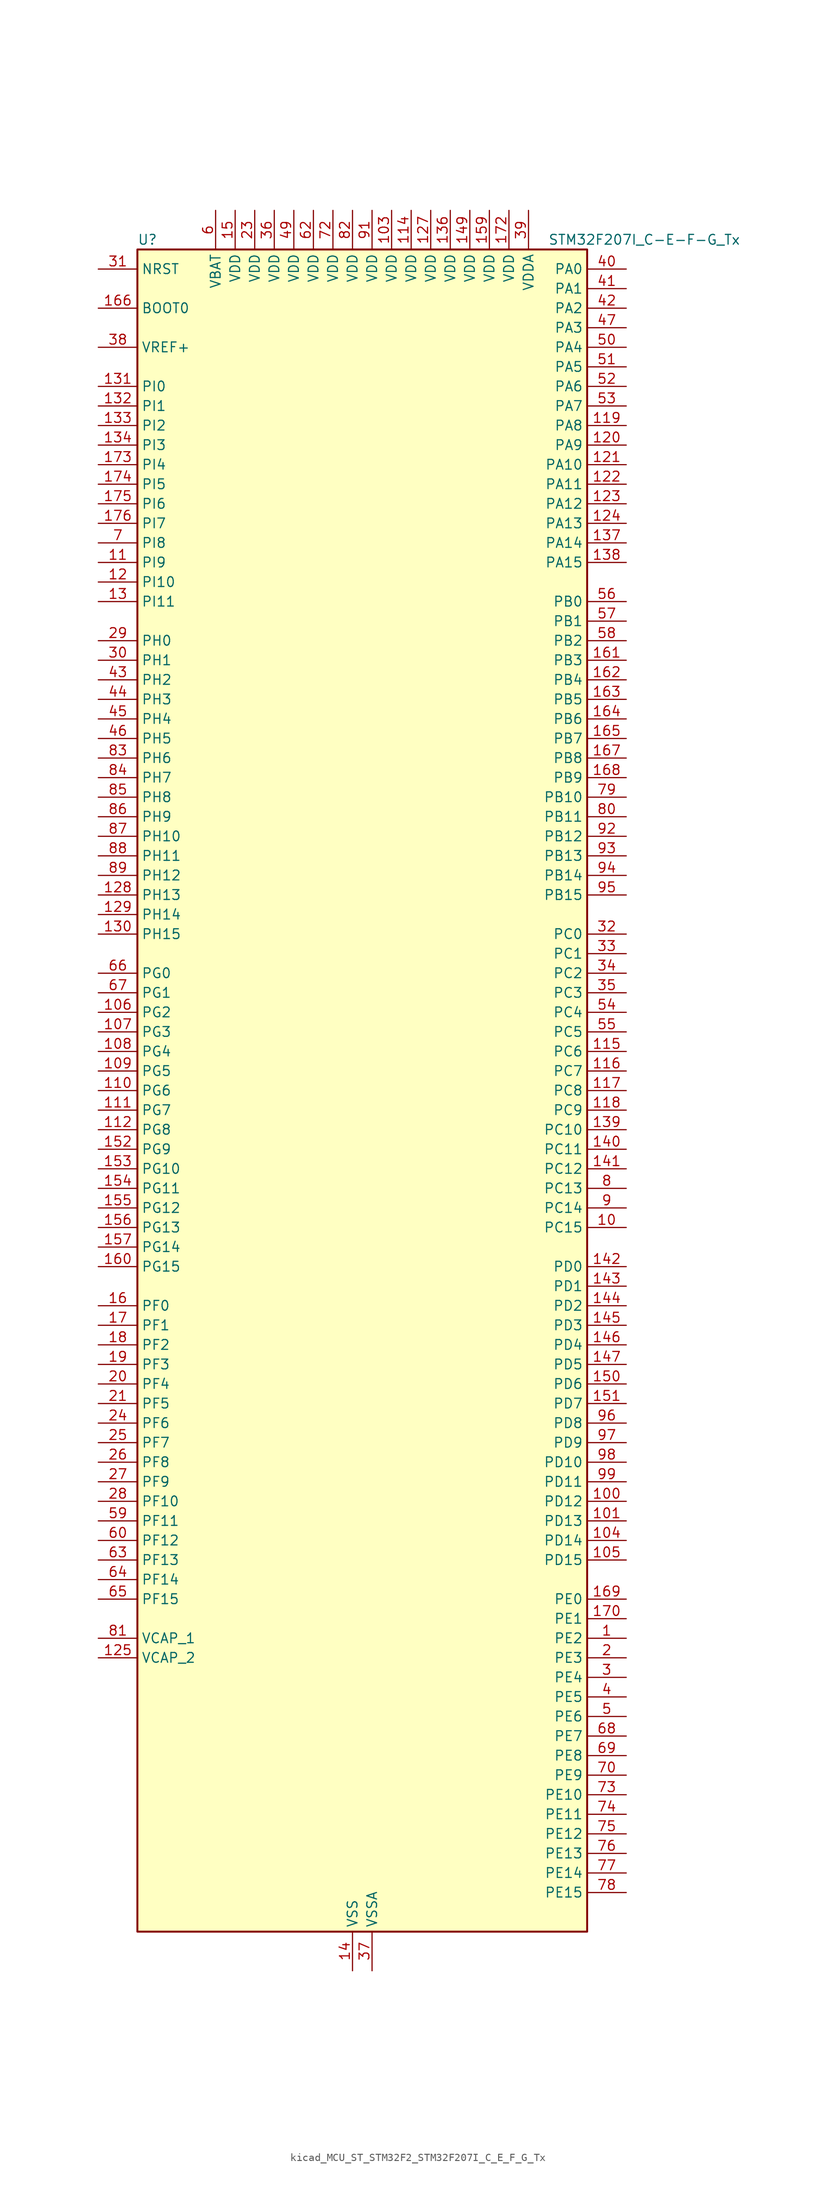
<source format=kicad_sym>
(kicad_symbol_lib
  (version 20220914)
  (generator kicad_symbol_editor)
  (symbol "kicad_MCU_ST_STM32F2_STM32F207I_C_E_F_G_Tx"
    (property "Reference" "U"
      (at -27.94 110.49 0)
      (effects (font (size 1.27 1.27)) (justify left)))
    (property "Value" "STM32F207I_C-E-F-G_Tx"
      (at 25.4 110.49 0)
      (effects (font (size 1.27 1.27)) (justify left)))
    (property "ki_locked" ""
      (at 0 0 0)
      (effects (font (size 1.27 1.27))))
    (symbol "kicad_MCU_ST_STM32F2_STM32F207I_C_E_F_G_Tx_0_1"
      (rectangle (start -27.94 -109.22) (end 30.48 109.22) (stroke (width 0.254) (type default)) (fill (type background))))
    (symbol "kicad_MCU_ST_STM32F2_STM32F207I_C_E_F_G_Tx_1_1"
      (pin bidirectional line (at 35.56 -71.12 180) (length 5.08) (name "PE2" (effects (font (size 1.27 1.27)))) (number "1" (effects (font (size 1.27 1.27)))) (alternate "ETH_TXD3" bidirectional line) (alternate "FSMC_A23" bidirectional line) (alternate "SYS_TRACECLK" bidirectional line))
      (pin bidirectional line (at 35.56 -17.78 180) (length 5.08) (name "PC15" (effects (font (size 1.27 1.27)))) (number "10" (effects (font (size 1.27 1.27)))) (alternate "ADC1_EXTI15" bidirectional line) (alternate "ADC2_EXTI15" bidirectional line) (alternate "ADC3_EXTI15" bidirectional line) (alternate "RCC_OSC32_OUT" bidirectional line))
      (pin bidirectional line (at 35.56 -53.34 180) (length 5.08) (name "PD12" (effects (font (size 1.27 1.27)))) (number "100" (effects (font (size 1.27 1.27)))) (alternate "FSMC_A17" bidirectional line) (alternate "FSMC_ALE" bidirectional line) (alternate "TIM4_CH1" bidirectional line) (alternate "USART3_RTS" bidirectional line))
      (pin bidirectional line (at 35.56 -55.88 180) (length 5.08) (name "PD13" (effects (font (size 1.27 1.27)))) (number "101" (effects (font (size 1.27 1.27)))) (alternate "FSMC_A18" bidirectional line) (alternate "TIM4_CH2" bidirectional line))
      (pin passive line (at 0 -114.3 90) (length 5.08) hide (name "VSS" (effects (font (size 1.27 1.27)))) (number "102" (effects (font (size 1.27 1.27)))))
      (pin power_in line (at 5.08 114.3 270) (length 5.08) (name "VDD" (effects (font (size 1.27 1.27)))) (number "103" (effects (font (size 1.27 1.27)))))
      (pin bidirectional line (at 35.56 -58.42 180) (length 5.08) (name "PD14" (effects (font (size 1.27 1.27)))) (number "104" (effects (font (size 1.27 1.27)))) (alternate "FSMC_D0" bidirectional line) (alternate "FSMC_DA0" bidirectional line) (alternate "TIM4_CH3" bidirectional line))
      (pin bidirectional line (at 35.56 -60.96 180) (length 5.08) (name "PD15" (effects (font (size 1.27 1.27)))) (number "105" (effects (font (size 1.27 1.27)))) (alternate "ADC1_EXTI15" bidirectional line) (alternate "ADC2_EXTI15" bidirectional line) (alternate "ADC3_EXTI15" bidirectional line) (alternate "FSMC_D1" bidirectional line) (alternate "FSMC_DA1" bidirectional line) (alternate "TIM4_CH4" bidirectional line))
      (pin bidirectional line (at -33.02 10.16 0) (length 5.08) (name "PG2" (effects (font (size 1.27 1.27)))) (number "106" (effects (font (size 1.27 1.27)))) (alternate "FSMC_A12" bidirectional line))
      (pin bidirectional line (at -33.02 7.62 0) (length 5.08) (name "PG3" (effects (font (size 1.27 1.27)))) (number "107" (effects (font (size 1.27 1.27)))) (alternate "FSMC_A13" bidirectional line))
      (pin bidirectional line (at -33.02 5.08 0) (length 5.08) (name "PG4" (effects (font (size 1.27 1.27)))) (number "108" (effects (font (size 1.27 1.27)))) (alternate "FSMC_A14" bidirectional line))
      (pin bidirectional line (at -33.02 2.54 0) (length 5.08) (name "PG5" (effects (font (size 1.27 1.27)))) (number "109" (effects (font (size 1.27 1.27)))) (alternate "FSMC_A15" bidirectional line))
      (pin bidirectional line (at -33.02 68.58 0) (length 5.08) (name "PI9" (effects (font (size 1.27 1.27)))) (number "11" (effects (font (size 1.27 1.27)))) (alternate "CAN1_RX" bidirectional line) (alternate "DAC_EXTI9" bidirectional line))
      (pin bidirectional line (at -33.02 0 0) (length 5.08) (name "PG6" (effects (font (size 1.27 1.27)))) (number "110" (effects (font (size 1.27 1.27)))) (alternate "FSMC_INT2" bidirectional line))
      (pin bidirectional line (at -33.02 -2.54 0) (length 5.08) (name "PG7" (effects (font (size 1.27 1.27)))) (number "111" (effects (font (size 1.27 1.27)))) (alternate "FSMC_INT3" bidirectional line) (alternate "USART6_CK" bidirectional line))
      (pin bidirectional line (at -33.02 -5.08 0) (length 5.08) (name "PG8" (effects (font (size 1.27 1.27)))) (number "112" (effects (font (size 1.27 1.27)))) (alternate "ETH_PPS_OUT" bidirectional line) (alternate "USART6_RTS" bidirectional line))
      (pin passive line (at 0 -114.3 90) (length 5.08) hide (name "VSS" (effects (font (size 1.27 1.27)))) (number "113" (effects (font (size 1.27 1.27)))))
      (pin power_in line (at 7.62 114.3 270) (length 5.08) (name "VDD" (effects (font (size 1.27 1.27)))) (number "114" (effects (font (size 1.27 1.27)))))
      (pin bidirectional line (at 35.56 5.08 180) (length 5.08) (name "PC6" (effects (font (size 1.27 1.27)))) (number "115" (effects (font (size 1.27 1.27)))) (alternate "DCMI_D0" bidirectional line) (alternate "I2S2_MCK" bidirectional line) (alternate "SDIO_D6" bidirectional line) (alternate "TIM3_CH1" bidirectional line) (alternate "TIM8_CH1" bidirectional line) (alternate "USART6_TX" bidirectional line))
      (pin bidirectional line (at 35.56 2.54 180) (length 5.08) (name "PC7" (effects (font (size 1.27 1.27)))) (number "116" (effects (font (size 1.27 1.27)))) (alternate "DCMI_D1" bidirectional line) (alternate "I2S3_MCK" bidirectional line) (alternate "SDIO_D7" bidirectional line) (alternate "TIM3_CH2" bidirectional line) (alternate "TIM8_CH2" bidirectional line) (alternate "USART6_RX" bidirectional line))
      (pin bidirectional line (at 35.56 0 180) (length 5.08) (name "PC8" (effects (font (size 1.27 1.27)))) (number "117" (effects (font (size 1.27 1.27)))) (alternate "DCMI_D2" bidirectional line) (alternate "SDIO_D0" bidirectional line) (alternate "TIM3_CH3" bidirectional line) (alternate "TIM8_CH3" bidirectional line) (alternate "USART6_CK" bidirectional line))
      (pin bidirectional line (at 35.56 -2.54 180) (length 5.08) (name "PC9" (effects (font (size 1.27 1.27)))) (number "118" (effects (font (size 1.27 1.27)))) (alternate "DAC_EXTI9" bidirectional line) (alternate "DCMI_D3" bidirectional line) (alternate "I2C3_SDA" bidirectional line) (alternate "I2S_CKIN" bidirectional line) (alternate "RCC_MCO_2" bidirectional line) (alternate "SDIO_D1" bidirectional line) (alternate "TIM3_CH4" bidirectional line) (alternate "TIM8_CH4" bidirectional line))
      (pin bidirectional line (at 35.56 86.36 180) (length 5.08) (name "PA8" (effects (font (size 1.27 1.27)))) (number "119" (effects (font (size 1.27 1.27)))) (alternate "I2C3_SCL" bidirectional line) (alternate "RCC_MCO_1" bidirectional line) (alternate "TIM1_CH1" bidirectional line) (alternate "USART1_CK" bidirectional line) (alternate "USB_OTG_FS_SOF" bidirectional line))
      (pin bidirectional line (at -33.02 66.04 0) (length 5.08) (name "PI10" (effects (font (size 1.27 1.27)))) (number "12" (effects (font (size 1.27 1.27)))) (alternate "ETH_RX_ER" bidirectional line))
      (pin bidirectional line (at 35.56 83.82 180) (length 5.08) (name "PA9" (effects (font (size 1.27 1.27)))) (number "120" (effects (font (size 1.27 1.27)))) (alternate "DAC_EXTI9" bidirectional line) (alternate "DCMI_D0" bidirectional line) (alternate "I2C3_SMBA" bidirectional line) (alternate "TIM1_CH2" bidirectional line) (alternate "USART1_TX" bidirectional line) (alternate "USB_OTG_FS_VBUS" bidirectional line))
      (pin bidirectional line (at 35.56 81.28 180) (length 5.08) (name "PA10" (effects (font (size 1.27 1.27)))) (number "121" (effects (font (size 1.27 1.27)))) (alternate "DCMI_D1" bidirectional line) (alternate "TIM1_CH3" bidirectional line) (alternate "USART1_RX" bidirectional line) (alternate "USB_OTG_FS_ID" bidirectional line))
      (pin bidirectional line (at 35.56 78.74 180) (length 5.08) (name "PA11" (effects (font (size 1.27 1.27)))) (number "122" (effects (font (size 1.27 1.27)))) (alternate "ADC1_EXTI11" bidirectional line) (alternate "ADC2_EXTI11" bidirectional line) (alternate "ADC3_EXTI11" bidirectional line) (alternate "CAN1_RX" bidirectional line) (alternate "TIM1_CH4" bidirectional line) (alternate "USART1_CTS" bidirectional line) (alternate "USB_OTG_FS_DM" bidirectional line))
      (pin bidirectional line (at 35.56 76.2 180) (length 5.08) (name "PA12" (effects (font (size 1.27 1.27)))) (number "123" (effects (font (size 1.27 1.27)))) (alternate "CAN1_TX" bidirectional line) (alternate "TIM1_ETR" bidirectional line) (alternate "USART1_RTS" bidirectional line) (alternate "USB_OTG_FS_DP" bidirectional line))
      (pin bidirectional line (at 35.56 73.66 180) (length 5.08) (name "PA13" (effects (font (size 1.27 1.27)))) (number "124" (effects (font (size 1.27 1.27)))) (alternate "SYS_JTMS-SWDIO" bidirectional line))
      (pin power_out line (at -33.02 -73.66 0) (length 5.08) (name "VCAP_2" (effects (font (size 1.27 1.27)))) (number "125" (effects (font (size 1.27 1.27)))))
      (pin passive line (at 0 -114.3 90) (length 5.08) hide (name "VSS" (effects (font (size 1.27 1.27)))) (number "126" (effects (font (size 1.27 1.27)))))
      (pin power_in line (at 10.16 114.3 270) (length 5.08) (name "VDD" (effects (font (size 1.27 1.27)))) (number "127" (effects (font (size 1.27 1.27)))))
      (pin bidirectional line (at -33.02 25.4 0) (length 5.08) (name "PH13" (effects (font (size 1.27 1.27)))) (number "128" (effects (font (size 1.27 1.27)))) (alternate "CAN1_TX" bidirectional line) (alternate "TIM8_CH1N" bidirectional line))
      (pin bidirectional line (at -33.02 22.86 0) (length 5.08) (name "PH14" (effects (font (size 1.27 1.27)))) (number "129" (effects (font (size 1.27 1.27)))) (alternate "DCMI_D4" bidirectional line) (alternate "TIM8_CH2N" bidirectional line))
      (pin bidirectional line (at -33.02 63.5 0) (length 5.08) (name "PI11" (effects (font (size 1.27 1.27)))) (number "13" (effects (font (size 1.27 1.27)))) (alternate "ADC1_EXTI11" bidirectional line) (alternate "ADC2_EXTI11" bidirectional line) (alternate "ADC3_EXTI11" bidirectional line) (alternate "USB_OTG_HS_ULPI_DIR" bidirectional line))
      (pin bidirectional line (at -33.02 20.32 0) (length 5.08) (name "PH15" (effects (font (size 1.27 1.27)))) (number "130" (effects (font (size 1.27 1.27)))) (alternate "ADC1_EXTI15" bidirectional line) (alternate "ADC2_EXTI15" bidirectional line) (alternate "ADC3_EXTI15" bidirectional line) (alternate "DCMI_D11" bidirectional line) (alternate "TIM8_CH3N" bidirectional line))
      (pin bidirectional line (at -33.02 91.44 0) (length 5.08) (name "PI0" (effects (font (size 1.27 1.27)))) (number "131" (effects (font (size 1.27 1.27)))) (alternate "DCMI_D13" bidirectional line) (alternate "I2S2_WS" bidirectional line) (alternate "SPI2_NSS" bidirectional line) (alternate "TIM5_CH4" bidirectional line))
      (pin bidirectional line (at -33.02 88.9 0) (length 5.08) (name "PI1" (effects (font (size 1.27 1.27)))) (number "132" (effects (font (size 1.27 1.27)))) (alternate "DCMI_D8" bidirectional line) (alternate "I2S2_SCK" bidirectional line) (alternate "SPI2_SCK" bidirectional line))
      (pin bidirectional line (at -33.02 86.36 0) (length 5.08) (name "PI2" (effects (font (size 1.27 1.27)))) (number "133" (effects (font (size 1.27 1.27)))) (alternate "DCMI_D9" bidirectional line) (alternate "SPI2_MISO" bidirectional line) (alternate "TIM8_CH4" bidirectional line))
      (pin bidirectional line (at -33.02 83.82 0) (length 5.08) (name "PI3" (effects (font (size 1.27 1.27)))) (number "134" (effects (font (size 1.27 1.27)))) (alternate "DCMI_D10" bidirectional line) (alternate "I2S2_SD" bidirectional line) (alternate "SPI2_MOSI" bidirectional line) (alternate "TIM8_ETR" bidirectional line))
      (pin passive line (at 0 -114.3 90) (length 5.08) hide (name "VSS" (effects (font (size 1.27 1.27)))) (number "135" (effects (font (size 1.27 1.27)))))
      (pin power_in line (at 12.7 114.3 270) (length 5.08) (name "VDD" (effects (font (size 1.27 1.27)))) (number "136" (effects (font (size 1.27 1.27)))))
      (pin bidirectional line (at 35.56 71.12 180) (length 5.08) (name "PA14" (effects (font (size 1.27 1.27)))) (number "137" (effects (font (size 1.27 1.27)))) (alternate "SYS_JTCK-SWCLK" bidirectional line))
      (pin bidirectional line (at 35.56 68.58 180) (length 5.08) (name "PA15" (effects (font (size 1.27 1.27)))) (number "138" (effects (font (size 1.27 1.27)))) (alternate "ADC1_EXTI15" bidirectional line) (alternate "ADC2_EXTI15" bidirectional line) (alternate "ADC3_EXTI15" bidirectional line) (alternate "I2S3_WS" bidirectional line) (alternate "SPI1_NSS" bidirectional line) (alternate "SPI3_NSS" bidirectional line) (alternate "SYS_JTDI" bidirectional line) (alternate "TIM2_CH1" bidirectional line) (alternate "TIM2_ETR" bidirectional line))
      (pin bidirectional line (at 35.56 -5.08 180) (length 5.08) (name "PC10" (effects (font (size 1.27 1.27)))) (number "139" (effects (font (size 1.27 1.27)))) (alternate "DCMI_D8" bidirectional line) (alternate "I2S3_SCK" bidirectional line) (alternate "SDIO_D2" bidirectional line) (alternate "SPI3_SCK" bidirectional line) (alternate "UART4_TX" bidirectional line) (alternate "USART3_TX" bidirectional line))
      (pin power_in line (at 0 -114.3 90) (length 5.08) (name "VSS" (effects (font (size 1.27 1.27)))) (number "14" (effects (font (size 1.27 1.27)))))
      (pin bidirectional line (at 35.56 -7.62 180) (length 5.08) (name "PC11" (effects (font (size 1.27 1.27)))) (number "140" (effects (font (size 1.27 1.27)))) (alternate "ADC1_EXTI11" bidirectional line) (alternate "ADC2_EXTI11" bidirectional line) (alternate "ADC3_EXTI11" bidirectional line) (alternate "DCMI_D4" bidirectional line) (alternate "SDIO_D3" bidirectional line) (alternate "SPI3_MISO" bidirectional line) (alternate "UART4_RX" bidirectional line) (alternate "USART3_RX" bidirectional line))
      (pin bidirectional line (at 35.56 -10.16 180) (length 5.08) (name "PC12" (effects (font (size 1.27 1.27)))) (number "141" (effects (font (size 1.27 1.27)))) (alternate "DCMI_D9" bidirectional line) (alternate "I2S3_SD" bidirectional line) (alternate "SDIO_CK" bidirectional line) (alternate "SPI3_MOSI" bidirectional line) (alternate "UART5_TX" bidirectional line) (alternate "USART3_CK" bidirectional line))
      (pin bidirectional line (at 35.56 -22.86 180) (length 5.08) (name "PD0" (effects (font (size 1.27 1.27)))) (number "142" (effects (font (size 1.27 1.27)))) (alternate "CAN1_RX" bidirectional line) (alternate "FSMC_D2" bidirectional line) (alternate "FSMC_DA2" bidirectional line))
      (pin bidirectional line (at 35.56 -25.4 180) (length 5.08) (name "PD1" (effects (font (size 1.27 1.27)))) (number "143" (effects (font (size 1.27 1.27)))) (alternate "CAN1_TX" bidirectional line) (alternate "FSMC_D3" bidirectional line) (alternate "FSMC_DA3" bidirectional line))
      (pin bidirectional line (at 35.56 -27.94 180) (length 5.08) (name "PD2" (effects (font (size 1.27 1.27)))) (number "144" (effects (font (size 1.27 1.27)))) (alternate "DCMI_D11" bidirectional line) (alternate "SDIO_CMD" bidirectional line) (alternate "TIM3_ETR" bidirectional line) (alternate "UART5_RX" bidirectional line))
      (pin bidirectional line (at 35.56 -30.48 180) (length 5.08) (name "PD3" (effects (font (size 1.27 1.27)))) (number "145" (effects (font (size 1.27 1.27)))) (alternate "FSMC_CLK" bidirectional line) (alternate "USART2_CTS" bidirectional line))
      (pin bidirectional line (at 35.56 -33.02 180) (length 5.08) (name "PD4" (effects (font (size 1.27 1.27)))) (number "146" (effects (font (size 1.27 1.27)))) (alternate "FSMC_NOE" bidirectional line) (alternate "USART2_RTS" bidirectional line))
      (pin bidirectional line (at 35.56 -35.56 180) (length 5.08) (name "PD5" (effects (font (size 1.27 1.27)))) (number "147" (effects (font (size 1.27 1.27)))) (alternate "FSMC_NWE" bidirectional line) (alternate "USART2_TX" bidirectional line))
      (pin passive line (at 0 -114.3 90) (length 5.08) hide (name "VSS" (effects (font (size 1.27 1.27)))) (number "148" (effects (font (size 1.27 1.27)))))
      (pin power_in line (at 15.24 114.3 270) (length 5.08) (name "VDD" (effects (font (size 1.27 1.27)))) (number "149" (effects (font (size 1.27 1.27)))))
      (pin power_in line (at -15.24 114.3 270) (length 5.08) (name "VDD" (effects (font (size 1.27 1.27)))) (number "15" (effects (font (size 1.27 1.27)))))
      (pin bidirectional line (at 35.56 -38.1 180) (length 5.08) (name "PD6" (effects (font (size 1.27 1.27)))) (number "150" (effects (font (size 1.27 1.27)))) (alternate "FSMC_NWAIT" bidirectional line) (alternate "USART2_RX" bidirectional line))
      (pin bidirectional line (at 35.56 -40.64 180) (length 5.08) (name "PD7" (effects (font (size 1.27 1.27)))) (number "151" (effects (font (size 1.27 1.27)))) (alternate "FSMC_NCE2" bidirectional line) (alternate "FSMC_NE1" bidirectional line) (alternate "USART2_CK" bidirectional line))
      (pin bidirectional line (at -33.02 -7.62 0) (length 5.08) (name "PG9" (effects (font (size 1.27 1.27)))) (number "152" (effects (font (size 1.27 1.27)))) (alternate "DAC_EXTI9" bidirectional line) (alternate "FSMC_NCE3" bidirectional line) (alternate "FSMC_NE2" bidirectional line) (alternate "USART6_RX" bidirectional line))
      (pin bidirectional line (at -33.02 -10.16 0) (length 5.08) (name "PG10" (effects (font (size 1.27 1.27)))) (number "153" (effects (font (size 1.27 1.27)))) (alternate "FSMC_NCE4_1" bidirectional line) (alternate "FSMC_NE3" bidirectional line))
      (pin bidirectional line (at -33.02 -12.7 0) (length 5.08) (name "PG11" (effects (font (size 1.27 1.27)))) (number "154" (effects (font (size 1.27 1.27)))) (alternate "ADC1_EXTI11" bidirectional line) (alternate "ADC2_EXTI11" bidirectional line) (alternate "ADC3_EXTI11" bidirectional line) (alternate "ETH_TX_EN" bidirectional line) (alternate "FSMC_NCE4_2" bidirectional line))
      (pin bidirectional line (at -33.02 -15.24 0) (length 5.08) (name "PG12" (effects (font (size 1.27 1.27)))) (number "155" (effects (font (size 1.27 1.27)))) (alternate "FSMC_NE4" bidirectional line) (alternate "USART6_RTS" bidirectional line))
      (pin bidirectional line (at -33.02 -17.78 0) (length 5.08) (name "PG13" (effects (font (size 1.27 1.27)))) (number "156" (effects (font (size 1.27 1.27)))) (alternate "ETH_TXD0" bidirectional line) (alternate "FSMC_A24" bidirectional line) (alternate "USART6_CTS" bidirectional line))
      (pin bidirectional line (at -33.02 -20.32 0) (length 5.08) (name "PG14" (effects (font (size 1.27 1.27)))) (number "157" (effects (font (size 1.27 1.27)))) (alternate "ETH_TXD1" bidirectional line) (alternate "FSMC_A25" bidirectional line) (alternate "USART6_TX" bidirectional line))
      (pin passive line (at 0 -114.3 90) (length 5.08) hide (name "VSS" (effects (font (size 1.27 1.27)))) (number "158" (effects (font (size 1.27 1.27)))))
      (pin power_in line (at 17.78 114.3 270) (length 5.08) (name "VDD" (effects (font (size 1.27 1.27)))) (number "159" (effects (font (size 1.27 1.27)))))
      (pin bidirectional line (at -33.02 -27.94 0) (length 5.08) (name "PF0" (effects (font (size 1.27 1.27)))) (number "16" (effects (font (size 1.27 1.27)))) (alternate "FSMC_A0" bidirectional line) (alternate "I2C2_SDA" bidirectional line))
      (pin bidirectional line (at -33.02 -22.86 0) (length 5.08) (name "PG15" (effects (font (size 1.27 1.27)))) (number "160" (effects (font (size 1.27 1.27)))) (alternate "ADC1_EXTI15" bidirectional line) (alternate "ADC2_EXTI15" bidirectional line) (alternate "ADC3_EXTI15" bidirectional line) (alternate "DCMI_D13" bidirectional line) (alternate "USART6_CTS" bidirectional line))
      (pin bidirectional line (at 35.56 55.88 180) (length 5.08) (name "PB3" (effects (font (size 1.27 1.27)))) (number "161" (effects (font (size 1.27 1.27)))) (alternate "I2S3_SCK" bidirectional line) (alternate "SPI1_SCK" bidirectional line) (alternate "SPI3_SCK" bidirectional line) (alternate "SYS_JTDO-SWO" bidirectional line) (alternate "TIM2_CH2" bidirectional line))
      (pin bidirectional line (at 35.56 53.34 180) (length 5.08) (name "PB4" (effects (font (size 1.27 1.27)))) (number "162" (effects (font (size 1.27 1.27)))) (alternate "SPI1_MISO" bidirectional line) (alternate "SPI3_MISO" bidirectional line) (alternate "SYS_JTRST" bidirectional line) (alternate "TIM3_CH1" bidirectional line))
      (pin bidirectional line (at 35.56 50.8 180) (length 5.08) (name "PB5" (effects (font (size 1.27 1.27)))) (number "163" (effects (font (size 1.27 1.27)))) (alternate "CAN2_RX" bidirectional line) (alternate "DCMI_D10" bidirectional line) (alternate "ETH_PPS_OUT" bidirectional line) (alternate "I2C1_SMBA" bidirectional line) (alternate "I2S3_SD" bidirectional line) (alternate "SPI1_MOSI" bidirectional line) (alternate "SPI3_MOSI" bidirectional line) (alternate "TIM3_CH2" bidirectional line) (alternate "USB_OTG_HS_ULPI_D7" bidirectional line))
      (pin bidirectional line (at 35.56 48.26 180) (length 5.08) (name "PB6" (effects (font (size 1.27 1.27)))) (number "164" (effects (font (size 1.27 1.27)))) (alternate "CAN2_TX" bidirectional line) (alternate "DCMI_D5" bidirectional line) (alternate "I2C1_SCL" bidirectional line) (alternate "TIM4_CH1" bidirectional line) (alternate "USART1_TX" bidirectional line))
      (pin bidirectional line (at 35.56 45.72 180) (length 5.08) (name "PB7" (effects (font (size 1.27 1.27)))) (number "165" (effects (font (size 1.27 1.27)))) (alternate "DCMI_VSYNC" bidirectional line) (alternate "FSMC_NL" bidirectional line) (alternate "I2C1_SDA" bidirectional line) (alternate "TIM4_CH2" bidirectional line) (alternate "USART1_RX" bidirectional line))
      (pin input line (at -33.02 101.6 0) (length 5.08) (name "BOOT0" (effects (font (size 1.27 1.27)))) (number "166" (effects (font (size 1.27 1.27)))))
      (pin bidirectional line (at 35.56 43.18 180) (length 5.08) (name "PB8" (effects (font (size 1.27 1.27)))) (number "167" (effects (font (size 1.27 1.27)))) (alternate "CAN1_RX" bidirectional line) (alternate "DCMI_D6" bidirectional line) (alternate "ETH_TXD3" bidirectional line) (alternate "I2C1_SCL" bidirectional line) (alternate "SDIO_D4" bidirectional line) (alternate "TIM10_CH1" bidirectional line) (alternate "TIM4_CH3" bidirectional line))
      (pin bidirectional line (at 35.56 40.64 180) (length 5.08) (name "PB9" (effects (font (size 1.27 1.27)))) (number "168" (effects (font (size 1.27 1.27)))) (alternate "CAN1_TX" bidirectional line) (alternate "DAC_EXTI9" bidirectional line) (alternate "DCMI_D7" bidirectional line) (alternate "I2C1_SDA" bidirectional line) (alternate "I2S2_WS" bidirectional line) (alternate "SDIO_D5" bidirectional line) (alternate "SPI2_NSS" bidirectional line) (alternate "TIM11_CH1" bidirectional line) (alternate "TIM4_CH4" bidirectional line))
      (pin bidirectional line (at 35.56 -66.04 180) (length 5.08) (name "PE0" (effects (font (size 1.27 1.27)))) (number "169" (effects (font (size 1.27 1.27)))) (alternate "DCMI_D2" bidirectional line) (alternate "FSMC_NBL0" bidirectional line) (alternate "TIM4_ETR" bidirectional line))
      (pin bidirectional line (at -33.02 -30.48 0) (length 5.08) (name "PF1" (effects (font (size 1.27 1.27)))) (number "17" (effects (font (size 1.27 1.27)))) (alternate "FSMC_A1" bidirectional line) (alternate "I2C2_SCL" bidirectional line))
      (pin bidirectional line (at 35.56 -68.58 180) (length 5.08) (name "PE1" (effects (font (size 1.27 1.27)))) (number "170" (effects (font (size 1.27 1.27)))) (alternate "DCMI_D3" bidirectional line) (alternate "FSMC_NBL1" bidirectional line))
      (pin no_connect line (at -27.94 -109.22 0) (length 5.08) hide (name "RFU" (effects (font (size 1.27 1.27)))) (number "171" (effects (font (size 1.27 1.27)))))
      (pin power_in line (at 20.32 114.3 270) (length 5.08) (name "VDD" (effects (font (size 1.27 1.27)))) (number "172" (effects (font (size 1.27 1.27)))))
      (pin bidirectional line (at -33.02 81.28 0) (length 5.08) (name "PI4" (effects (font (size 1.27 1.27)))) (number "173" (effects (font (size 1.27 1.27)))) (alternate "DCMI_D5" bidirectional line) (alternate "TIM8_BKIN" bidirectional line))
      (pin bidirectional line (at -33.02 78.74 0) (length 5.08) (name "PI5" (effects (font (size 1.27 1.27)))) (number "174" (effects (font (size 1.27 1.27)))) (alternate "DCMI_VSYNC" bidirectional line) (alternate "TIM8_CH1" bidirectional line))
      (pin bidirectional line (at -33.02 76.2 0) (length 5.08) (name "PI6" (effects (font (size 1.27 1.27)))) (number "175" (effects (font (size 1.27 1.27)))) (alternate "DCMI_D6" bidirectional line) (alternate "TIM8_CH2" bidirectional line))
      (pin bidirectional line (at -33.02 73.66 0) (length 5.08) (name "PI7" (effects (font (size 1.27 1.27)))) (number "176" (effects (font (size 1.27 1.27)))) (alternate "DCMI_D7" bidirectional line) (alternate "TIM8_CH3" bidirectional line))
      (pin bidirectional line (at -33.02 -33.02 0) (length 5.08) (name "PF2" (effects (font (size 1.27 1.27)))) (number "18" (effects (font (size 1.27 1.27)))) (alternate "FSMC_A2" bidirectional line) (alternate "I2C2_SMBA" bidirectional line))
      (pin bidirectional line (at -33.02 -35.56 0) (length 5.08) (name "PF3" (effects (font (size 1.27 1.27)))) (number "19" (effects (font (size 1.27 1.27)))) (alternate "ADC3_IN9" bidirectional line) (alternate "FSMC_A3" bidirectional line))
      (pin bidirectional line (at 35.56 -73.66 180) (length 5.08) (name "PE3" (effects (font (size 1.27 1.27)))) (number "2" (effects (font (size 1.27 1.27)))) (alternate "FSMC_A19" bidirectional line) (alternate "SYS_TRACED0" bidirectional line))
      (pin bidirectional line (at -33.02 -38.1 0) (length 5.08) (name "PF4" (effects (font (size 1.27 1.27)))) (number "20" (effects (font (size 1.27 1.27)))) (alternate "ADC3_IN14" bidirectional line) (alternate "FSMC_A4" bidirectional line))
      (pin bidirectional line (at -33.02 -40.64 0) (length 5.08) (name "PF5" (effects (font (size 1.27 1.27)))) (number "21" (effects (font (size 1.27 1.27)))) (alternate "ADC3_IN15" bidirectional line) (alternate "FSMC_A5" bidirectional line))
      (pin passive line (at 0 -114.3 90) (length 5.08) hide (name "VSS" (effects (font (size 1.27 1.27)))) (number "22" (effects (font (size 1.27 1.27)))))
      (pin power_in line (at -12.7 114.3 270) (length 5.08) (name "VDD" (effects (font (size 1.27 1.27)))) (number "23" (effects (font (size 1.27 1.27)))))
      (pin bidirectional line (at -33.02 -43.18 0) (length 5.08) (name "PF6" (effects (font (size 1.27 1.27)))) (number "24" (effects (font (size 1.27 1.27)))) (alternate "ADC3_IN4" bidirectional line) (alternate "FSMC_NIORD" bidirectional line) (alternate "TIM10_CH1" bidirectional line))
      (pin bidirectional line (at -33.02 -45.72 0) (length 5.08) (name "PF7" (effects (font (size 1.27 1.27)))) (number "25" (effects (font (size 1.27 1.27)))) (alternate "ADC3_IN5" bidirectional line) (alternate "FSMC_NREG" bidirectional line) (alternate "TIM11_CH1" bidirectional line))
      (pin bidirectional line (at -33.02 -48.26 0) (length 5.08) (name "PF8" (effects (font (size 1.27 1.27)))) (number "26" (effects (font (size 1.27 1.27)))) (alternate "ADC3_IN6" bidirectional line) (alternate "FSMC_NIOWR" bidirectional line) (alternate "TIM13_CH1" bidirectional line))
      (pin bidirectional line (at -33.02 -50.8 0) (length 5.08) (name "PF9" (effects (font (size 1.27 1.27)))) (number "27" (effects (font (size 1.27 1.27)))) (alternate "ADC3_IN7" bidirectional line) (alternate "DAC_EXTI9" bidirectional line) (alternate "FSMC_CD" bidirectional line) (alternate "TIM14_CH1" bidirectional line))
      (pin bidirectional line (at -33.02 -53.34 0) (length 5.08) (name "PF10" (effects (font (size 1.27 1.27)))) (number "28" (effects (font (size 1.27 1.27)))) (alternate "ADC3_IN8" bidirectional line) (alternate "FSMC_INTR" bidirectional line))
      (pin bidirectional line (at -33.02 58.42 0) (length 5.08) (name "PH0" (effects (font (size 1.27 1.27)))) (number "29" (effects (font (size 1.27 1.27)))) (alternate "RCC_OSC_IN" bidirectional line))
      (pin bidirectional line (at 35.56 -76.2 180) (length 5.08) (name "PE4" (effects (font (size 1.27 1.27)))) (number "3" (effects (font (size 1.27 1.27)))) (alternate "DCMI_D4" bidirectional line) (alternate "FSMC_A20" bidirectional line) (alternate "SYS_TRACED1" bidirectional line))
      (pin bidirectional line (at -33.02 55.88 0) (length 5.08) (name "PH1" (effects (font (size 1.27 1.27)))) (number "30" (effects (font (size 1.27 1.27)))) (alternate "RCC_OSC_OUT" bidirectional line))
      (pin input line (at -33.02 106.68 0) (length 5.08) (name "NRST" (effects (font (size 1.27 1.27)))) (number "31" (effects (font (size 1.27 1.27)))))
      (pin bidirectional line (at 35.56 20.32 180) (length 5.08) (name "PC0" (effects (font (size 1.27 1.27)))) (number "32" (effects (font (size 1.27 1.27)))) (alternate "ADC1_IN10" bidirectional line) (alternate "ADC2_IN10" bidirectional line) (alternate "ADC3_IN10" bidirectional line) (alternate "USB_OTG_HS_ULPI_STP" bidirectional line))
      (pin bidirectional line (at 35.56 17.78 180) (length 5.08) (name "PC1" (effects (font (size 1.27 1.27)))) (number "33" (effects (font (size 1.27 1.27)))) (alternate "ADC1_IN11" bidirectional line) (alternate "ADC2_IN11" bidirectional line) (alternate "ADC3_IN11" bidirectional line) (alternate "ETH_MDC" bidirectional line))
      (pin bidirectional line (at 35.56 15.24 180) (length 5.08) (name "PC2" (effects (font (size 1.27 1.27)))) (number "34" (effects (font (size 1.27 1.27)))) (alternate "ADC1_IN12" bidirectional line) (alternate "ADC2_IN12" bidirectional line) (alternate "ADC3_IN12" bidirectional line) (alternate "ETH_TXD2" bidirectional line) (alternate "SPI2_MISO" bidirectional line) (alternate "USB_OTG_HS_ULPI_DIR" bidirectional line))
      (pin bidirectional line (at 35.56 12.7 180) (length 5.08) (name "PC3" (effects (font (size 1.27 1.27)))) (number "35" (effects (font (size 1.27 1.27)))) (alternate "ADC1_IN13" bidirectional line) (alternate "ADC2_IN13" bidirectional line) (alternate "ADC3_IN13" bidirectional line) (alternate "ETH_TX_CLK" bidirectional line) (alternate "I2S2_SD" bidirectional line) (alternate "SPI2_MOSI" bidirectional line) (alternate "USB_OTG_HS_ULPI_NXT" bidirectional line))
      (pin power_in line (at -10.16 114.3 270) (length 5.08) (name "VDD" (effects (font (size 1.27 1.27)))) (number "36" (effects (font (size 1.27 1.27)))))
      (pin power_in line (at 2.54 -114.3 90) (length 5.08) (name "VSSA" (effects (font (size 1.27 1.27)))) (number "37" (effects (font (size 1.27 1.27)))))
      (pin input line (at -33.02 96.52 0) (length 5.08) (name "VREF+" (effects (font (size 1.27 1.27)))) (number "38" (effects (font (size 1.27 1.27)))))
      (pin power_in line (at 22.86 114.3 270) (length 5.08) (name "VDDA" (effects (font (size 1.27 1.27)))) (number "39" (effects (font (size 1.27 1.27)))))
      (pin bidirectional line (at 35.56 -78.74 180) (length 5.08) (name "PE5" (effects (font (size 1.27 1.27)))) (number "4" (effects (font (size 1.27 1.27)))) (alternate "DCMI_D6" bidirectional line) (alternate "FSMC_A21" bidirectional line) (alternate "SYS_TRACED2" bidirectional line) (alternate "TIM9_CH1" bidirectional line))
      (pin bidirectional line (at 35.56 106.68 180) (length 5.08) (name "PA0" (effects (font (size 1.27 1.27)))) (number "40" (effects (font (size 1.27 1.27)))) (alternate "ADC1_IN0" bidirectional line) (alternate "ADC2_IN0" bidirectional line) (alternate "ADC3_IN0" bidirectional line) (alternate "ETH_CRS" bidirectional line) (alternate "SYS_WKUP" bidirectional line) (alternate "TIM2_CH1" bidirectional line) (alternate "TIM2_ETR" bidirectional line) (alternate "TIM5_CH1" bidirectional line) (alternate "TIM8_ETR" bidirectional line) (alternate "UART4_TX" bidirectional line) (alternate "USART2_CTS" bidirectional line))
      (pin bidirectional line (at 35.56 104.14 180) (length 5.08) (name "PA1" (effects (font (size 1.27 1.27)))) (number "41" (effects (font (size 1.27 1.27)))) (alternate "ADC1_IN1" bidirectional line) (alternate "ADC2_IN1" bidirectional line) (alternate "ADC3_IN1" bidirectional line) (alternate "ETH_REF_CLK" bidirectional line) (alternate "ETH_RX_CLK" bidirectional line) (alternate "TIM2_CH2" bidirectional line) (alternate "TIM5_CH2" bidirectional line) (alternate "UART4_RX" bidirectional line) (alternate "USART2_RTS" bidirectional line))
      (pin bidirectional line (at 35.56 101.6 180) (length 5.08) (name "PA2" (effects (font (size 1.27 1.27)))) (number "42" (effects (font (size 1.27 1.27)))) (alternate "ADC1_IN2" bidirectional line) (alternate "ADC2_IN2" bidirectional line) (alternate "ADC3_IN2" bidirectional line) (alternate "ETH_MDIO" bidirectional line) (alternate "TIM2_CH3" bidirectional line) (alternate "TIM5_CH3" bidirectional line) (alternate "TIM9_CH1" bidirectional line) (alternate "USART2_TX" bidirectional line))
      (pin bidirectional line (at -33.02 53.34 0) (length 5.08) (name "PH2" (effects (font (size 1.27 1.27)))) (number "43" (effects (font (size 1.27 1.27)))) (alternate "ETH_CRS" bidirectional line))
      (pin bidirectional line (at -33.02 50.8 0) (length 5.08) (name "PH3" (effects (font (size 1.27 1.27)))) (number "44" (effects (font (size 1.27 1.27)))) (alternate "ETH_COL" bidirectional line))
      (pin bidirectional line (at -33.02 48.26 0) (length 5.08) (name "PH4" (effects (font (size 1.27 1.27)))) (number "45" (effects (font (size 1.27 1.27)))) (alternate "I2C2_SCL" bidirectional line) (alternate "USB_OTG_HS_ULPI_NXT" bidirectional line))
      (pin bidirectional line (at -33.02 45.72 0) (length 5.08) (name "PH5" (effects (font (size 1.27 1.27)))) (number "46" (effects (font (size 1.27 1.27)))) (alternate "I2C2_SDA" bidirectional line))
      (pin bidirectional line (at 35.56 99.06 180) (length 5.08) (name "PA3" (effects (font (size 1.27 1.27)))) (number "47" (effects (font (size 1.27 1.27)))) (alternate "ADC1_IN3" bidirectional line) (alternate "ADC2_IN3" bidirectional line) (alternate "ADC3_IN3" bidirectional line) (alternate "ETH_COL" bidirectional line) (alternate "TIM2_CH4" bidirectional line) (alternate "TIM5_CH4" bidirectional line) (alternate "TIM9_CH2" bidirectional line) (alternate "USART2_RX" bidirectional line) (alternate "USB_OTG_HS_ULPI_D0" bidirectional line))
      (pin passive line (at 0 -114.3 90) (length 5.08) hide (name "VSS" (effects (font (size 1.27 1.27)))) (number "48" (effects (font (size 1.27 1.27)))))
      (pin power_in line (at -7.62 114.3 270) (length 5.08) (name "VDD" (effects (font (size 1.27 1.27)))) (number "49" (effects (font (size 1.27 1.27)))))
      (pin bidirectional line (at 35.56 -81.28 180) (length 5.08) (name "PE6" (effects (font (size 1.27 1.27)))) (number "5" (effects (font (size 1.27 1.27)))) (alternate "DCMI_D7" bidirectional line) (alternate "FSMC_A22" bidirectional line) (alternate "SYS_TRACED3" bidirectional line) (alternate "TIM9_CH2" bidirectional line))
      (pin bidirectional line (at 35.56 96.52 180) (length 5.08) (name "PA4" (effects (font (size 1.27 1.27)))) (number "50" (effects (font (size 1.27 1.27)))) (alternate "ADC1_IN4" bidirectional line) (alternate "ADC2_IN4" bidirectional line) (alternate "DAC_OUT1" bidirectional line) (alternate "DCMI_HSYNC" bidirectional line) (alternate "I2S3_WS" bidirectional line) (alternate "SPI1_NSS" bidirectional line) (alternate "SPI3_NSS" bidirectional line) (alternate "USART2_CK" bidirectional line) (alternate "USB_OTG_HS_SOF" bidirectional line))
      (pin bidirectional line (at 35.56 93.98 180) (length 5.08) (name "PA5" (effects (font (size 1.27 1.27)))) (number "51" (effects (font (size 1.27 1.27)))) (alternate "ADC1_IN5" bidirectional line) (alternate "ADC2_IN5" bidirectional line) (alternate "DAC_OUT2" bidirectional line) (alternate "SPI1_SCK" bidirectional line) (alternate "TIM2_CH1" bidirectional line) (alternate "TIM2_ETR" bidirectional line) (alternate "TIM8_CH1N" bidirectional line) (alternate "USB_OTG_HS_ULPI_CK" bidirectional line))
      (pin bidirectional line (at 35.56 91.44 180) (length 5.08) (name "PA6" (effects (font (size 1.27 1.27)))) (number "52" (effects (font (size 1.27 1.27)))) (alternate "ADC1_IN6" bidirectional line) (alternate "ADC2_IN6" bidirectional line) (alternate "DCMI_PIXCLK" bidirectional line) (alternate "SPI1_MISO" bidirectional line) (alternate "TIM13_CH1" bidirectional line) (alternate "TIM1_BKIN" bidirectional line) (alternate "TIM3_CH1" bidirectional line) (alternate "TIM8_BKIN" bidirectional line))
      (pin bidirectional line (at 35.56 88.9 180) (length 5.08) (name "PA7" (effects (font (size 1.27 1.27)))) (number "53" (effects (font (size 1.27 1.27)))) (alternate "ADC1_IN7" bidirectional line) (alternate "ADC2_IN7" bidirectional line) (alternate "ETH_CRS_DV" bidirectional line) (alternate "ETH_RX_DV" bidirectional line) (alternate "SPI1_MOSI" bidirectional line) (alternate "TIM14_CH1" bidirectional line) (alternate "TIM1_CH1N" bidirectional line) (alternate "TIM3_CH2" bidirectional line) (alternate "TIM8_CH1N" bidirectional line))
      (pin bidirectional line (at 35.56 10.16 180) (length 5.08) (name "PC4" (effects (font (size 1.27 1.27)))) (number "54" (effects (font (size 1.27 1.27)))) (alternate "ADC1_IN14" bidirectional line) (alternate "ADC2_IN14" bidirectional line) (alternate "ETH_RXD0" bidirectional line))
      (pin bidirectional line (at 35.56 7.62 180) (length 5.08) (name "PC5" (effects (font (size 1.27 1.27)))) (number "55" (effects (font (size 1.27 1.27)))) (alternate "ADC1_IN15" bidirectional line) (alternate "ADC2_IN15" bidirectional line) (alternate "ETH_RXD1" bidirectional line))
      (pin bidirectional line (at 35.56 63.5 180) (length 5.08) (name "PB0" (effects (font (size 1.27 1.27)))) (number "56" (effects (font (size 1.27 1.27)))) (alternate "ADC1_IN8" bidirectional line) (alternate "ADC2_IN8" bidirectional line) (alternate "ETH_RXD2" bidirectional line) (alternate "TIM1_CH2N" bidirectional line) (alternate "TIM3_CH3" bidirectional line) (alternate "TIM8_CH2N" bidirectional line) (alternate "USB_OTG_HS_ULPI_D1" bidirectional line))
      (pin bidirectional line (at 35.56 60.96 180) (length 5.08) (name "PB1" (effects (font (size 1.27 1.27)))) (number "57" (effects (font (size 1.27 1.27)))) (alternate "ADC1_IN9" bidirectional line) (alternate "ADC2_IN9" bidirectional line) (alternate "ETH_RXD3" bidirectional line) (alternate "TIM1_CH3N" bidirectional line) (alternate "TIM3_CH4" bidirectional line) (alternate "TIM8_CH3N" bidirectional line) (alternate "USB_OTG_HS_ULPI_D2" bidirectional line))
      (pin bidirectional line (at 35.56 58.42 180) (length 5.08) (name "PB2" (effects (font (size 1.27 1.27)))) (number "58" (effects (font (size 1.27 1.27)))))
      (pin bidirectional line (at -33.02 -55.88 0) (length 5.08) (name "PF11" (effects (font (size 1.27 1.27)))) (number "59" (effects (font (size 1.27 1.27)))) (alternate "ADC1_EXTI11" bidirectional line) (alternate "ADC2_EXTI11" bidirectional line) (alternate "ADC3_EXTI11" bidirectional line) (alternate "DCMI_D12" bidirectional line))
      (pin power_in line (at -17.78 114.3 270) (length 5.08) (name "VBAT" (effects (font (size 1.27 1.27)))) (number "6" (effects (font (size 1.27 1.27)))))
      (pin bidirectional line (at -33.02 -58.42 0) (length 5.08) (name "PF12" (effects (font (size 1.27 1.27)))) (number "60" (effects (font (size 1.27 1.27)))) (alternate "FSMC_A6" bidirectional line))
      (pin passive line (at 0 -114.3 90) (length 5.08) hide (name "VSS" (effects (font (size 1.27 1.27)))) (number "61" (effects (font (size 1.27 1.27)))))
      (pin power_in line (at -5.08 114.3 270) (length 5.08) (name "VDD" (effects (font (size 1.27 1.27)))) (number "62" (effects (font (size 1.27 1.27)))))
      (pin bidirectional line (at -33.02 -60.96 0) (length 5.08) (name "PF13" (effects (font (size 1.27 1.27)))) (number "63" (effects (font (size 1.27 1.27)))) (alternate "FSMC_A7" bidirectional line))
      (pin bidirectional line (at -33.02 -63.5 0) (length 5.08) (name "PF14" (effects (font (size 1.27 1.27)))) (number "64" (effects (font (size 1.27 1.27)))) (alternate "FSMC_A8" bidirectional line))
      (pin bidirectional line (at -33.02 -66.04 0) (length 5.08) (name "PF15" (effects (font (size 1.27 1.27)))) (number "65" (effects (font (size 1.27 1.27)))) (alternate "ADC1_EXTI15" bidirectional line) (alternate "ADC2_EXTI15" bidirectional line) (alternate "ADC3_EXTI15" bidirectional line) (alternate "FSMC_A9" bidirectional line))
      (pin bidirectional line (at -33.02 15.24 0) (length 5.08) (name "PG0" (effects (font (size 1.27 1.27)))) (number "66" (effects (font (size 1.27 1.27)))) (alternate "FSMC_A10" bidirectional line))
      (pin bidirectional line (at -33.02 12.7 0) (length 5.08) (name "PG1" (effects (font (size 1.27 1.27)))) (number "67" (effects (font (size 1.27 1.27)))) (alternate "FSMC_A11" bidirectional line))
      (pin bidirectional line (at 35.56 -83.82 180) (length 5.08) (name "PE7" (effects (font (size 1.27 1.27)))) (number "68" (effects (font (size 1.27 1.27)))) (alternate "FSMC_D4" bidirectional line) (alternate "FSMC_DA4" bidirectional line) (alternate "TIM1_ETR" bidirectional line))
      (pin bidirectional line (at 35.56 -86.36 180) (length 5.08) (name "PE8" (effects (font (size 1.27 1.27)))) (number "69" (effects (font (size 1.27 1.27)))) (alternate "FSMC_D5" bidirectional line) (alternate "FSMC_DA5" bidirectional line) (alternate "TIM1_CH1N" bidirectional line))
      (pin bidirectional line (at -33.02 71.12 0) (length 5.08) (name "PI8" (effects (font (size 1.27 1.27)))) (number "7" (effects (font (size 1.27 1.27)))) (alternate "RTC_AF2" bidirectional line))
      (pin bidirectional line (at 35.56 -88.9 180) (length 5.08) (name "PE9" (effects (font (size 1.27 1.27)))) (number "70" (effects (font (size 1.27 1.27)))) (alternate "DAC_EXTI9" bidirectional line) (alternate "FSMC_D6" bidirectional line) (alternate "FSMC_DA6" bidirectional line) (alternate "TIM1_CH1" bidirectional line))
      (pin passive line (at 0 -114.3 90) (length 5.08) hide (name "VSS" (effects (font (size 1.27 1.27)))) (number "71" (effects (font (size 1.27 1.27)))))
      (pin power_in line (at -2.54 114.3 270) (length 5.08) (name "VDD" (effects (font (size 1.27 1.27)))) (number "72" (effects (font (size 1.27 1.27)))))
      (pin bidirectional line (at 35.56 -91.44 180) (length 5.08) (name "PE10" (effects (font (size 1.27 1.27)))) (number "73" (effects (font (size 1.27 1.27)))) (alternate "FSMC_D7" bidirectional line) (alternate "FSMC_DA7" bidirectional line) (alternate "TIM1_CH2N" bidirectional line))
      (pin bidirectional line (at 35.56 -93.98 180) (length 5.08) (name "PE11" (effects (font (size 1.27 1.27)))) (number "74" (effects (font (size 1.27 1.27)))) (alternate "ADC1_EXTI11" bidirectional line) (alternate "ADC2_EXTI11" bidirectional line) (alternate "ADC3_EXTI11" bidirectional line) (alternate "FSMC_D8" bidirectional line) (alternate "FSMC_DA8" bidirectional line) (alternate "TIM1_CH2" bidirectional line))
      (pin bidirectional line (at 35.56 -96.52 180) (length 5.08) (name "PE12" (effects (font (size 1.27 1.27)))) (number "75" (effects (font (size 1.27 1.27)))) (alternate "FSMC_D9" bidirectional line) (alternate "FSMC_DA9" bidirectional line) (alternate "TIM1_CH3N" bidirectional line))
      (pin bidirectional line (at 35.56 -99.06 180) (length 5.08) (name "PE13" (effects (font (size 1.27 1.27)))) (number "76" (effects (font (size 1.27 1.27)))) (alternate "FSMC_D10" bidirectional line) (alternate "FSMC_DA10" bidirectional line) (alternate "TIM1_CH3" bidirectional line))
      (pin bidirectional line (at 35.56 -101.6 180) (length 5.08) (name "PE14" (effects (font (size 1.27 1.27)))) (number "77" (effects (font (size 1.27 1.27)))) (alternate "FSMC_D11" bidirectional line) (alternate "FSMC_DA11" bidirectional line) (alternate "TIM1_CH4" bidirectional line))
      (pin bidirectional line (at 35.56 -104.14 180) (length 5.08) (name "PE15" (effects (font (size 1.27 1.27)))) (number "78" (effects (font (size 1.27 1.27)))) (alternate "ADC1_EXTI15" bidirectional line) (alternate "ADC2_EXTI15" bidirectional line) (alternate "ADC3_EXTI15" bidirectional line) (alternate "FSMC_D12" bidirectional line) (alternate "FSMC_DA12" bidirectional line) (alternate "TIM1_BKIN" bidirectional line))
      (pin bidirectional line (at 35.56 38.1 180) (length 5.08) (name "PB10" (effects (font (size 1.27 1.27)))) (number "79" (effects (font (size 1.27 1.27)))) (alternate "ETH_RX_ER" bidirectional line) (alternate "I2C2_SCL" bidirectional line) (alternate "I2S2_SCK" bidirectional line) (alternate "SPI2_SCK" bidirectional line) (alternate "TIM2_CH3" bidirectional line) (alternate "USART3_TX" bidirectional line) (alternate "USB_OTG_HS_ULPI_D3" bidirectional line))
      (pin bidirectional line (at 35.56 -12.7 180) (length 5.08) (name "PC13" (effects (font (size 1.27 1.27)))) (number "8" (effects (font (size 1.27 1.27)))) (alternate "RTC_AF1" bidirectional line))
      (pin bidirectional line (at 35.56 35.56 180) (length 5.08) (name "PB11" (effects (font (size 1.27 1.27)))) (number "80" (effects (font (size 1.27 1.27)))) (alternate "ADC1_EXTI11" bidirectional line) (alternate "ADC2_EXTI11" bidirectional line) (alternate "ADC3_EXTI11" bidirectional line) (alternate "ETH_TX_EN" bidirectional line) (alternate "I2C2_SDA" bidirectional line) (alternate "TIM2_CH4" bidirectional line) (alternate "USART3_RX" bidirectional line) (alternate "USB_OTG_HS_ULPI_D4" bidirectional line))
      (pin power_out line (at -33.02 -71.12 0) (length 5.08) (name "VCAP_1" (effects (font (size 1.27 1.27)))) (number "81" (effects (font (size 1.27 1.27)))))
      (pin power_in line (at 0 114.3 270) (length 5.08) (name "VDD" (effects (font (size 1.27 1.27)))) (number "82" (effects (font (size 1.27 1.27)))))
      (pin bidirectional line (at -33.02 43.18 0) (length 5.08) (name "PH6" (effects (font (size 1.27 1.27)))) (number "83" (effects (font (size 1.27 1.27)))) (alternate "ETH_RXD2" bidirectional line) (alternate "I2C2_SMBA" bidirectional line) (alternate "TIM12_CH1" bidirectional line))
      (pin bidirectional line (at -33.02 40.64 0) (length 5.08) (name "PH7" (effects (font (size 1.27 1.27)))) (number "84" (effects (font (size 1.27 1.27)))) (alternate "ETH_RXD3" bidirectional line) (alternate "I2C3_SCL" bidirectional line))
      (pin bidirectional line (at -33.02 38.1 0) (length 5.08) (name "PH8" (effects (font (size 1.27 1.27)))) (number "85" (effects (font (size 1.27 1.27)))) (alternate "DCMI_HSYNC" bidirectional line) (alternate "I2C3_SDA" bidirectional line))
      (pin bidirectional line (at -33.02 35.56 0) (length 5.08) (name "PH9" (effects (font (size 1.27 1.27)))) (number "86" (effects (font (size 1.27 1.27)))) (alternate "DAC_EXTI9" bidirectional line) (alternate "DCMI_D0" bidirectional line) (alternate "I2C3_SMBA" bidirectional line) (alternate "TIM12_CH2" bidirectional line))
      (pin bidirectional line (at -33.02 33.02 0) (length 5.08) (name "PH10" (effects (font (size 1.27 1.27)))) (number "87" (effects (font (size 1.27 1.27)))) (alternate "DCMI_D1" bidirectional line) (alternate "TIM5_CH1" bidirectional line))
      (pin bidirectional line (at -33.02 30.48 0) (length 5.08) (name "PH11" (effects (font (size 1.27 1.27)))) (number "88" (effects (font (size 1.27 1.27)))) (alternate "ADC1_EXTI11" bidirectional line) (alternate "ADC2_EXTI11" bidirectional line) (alternate "ADC3_EXTI11" bidirectional line) (alternate "DCMI_D2" bidirectional line) (alternate "TIM5_CH2" bidirectional line))
      (pin bidirectional line (at -33.02 27.94 0) (length 5.08) (name "PH12" (effects (font (size 1.27 1.27)))) (number "89" (effects (font (size 1.27 1.27)))) (alternate "DCMI_D3" bidirectional line) (alternate "TIM5_CH3" bidirectional line))
      (pin bidirectional line (at 35.56 -15.24 180) (length 5.08) (name "PC14" (effects (font (size 1.27 1.27)))) (number "9" (effects (font (size 1.27 1.27)))) (alternate "RCC_OSC32_IN" bidirectional line))
      (pin passive line (at 0 -114.3 90) (length 5.08) hide (name "VSS" (effects (font (size 1.27 1.27)))) (number "90" (effects (font (size 1.27 1.27)))))
      (pin power_in line (at 2.54 114.3 270) (length 5.08) (name "VDD" (effects (font (size 1.27 1.27)))) (number "91" (effects (font (size 1.27 1.27)))))
      (pin bidirectional line (at 35.56 33.02 180) (length 5.08) (name "PB12" (effects (font (size 1.27 1.27)))) (number "92" (effects (font (size 1.27 1.27)))) (alternate "CAN2_RX" bidirectional line) (alternate "ETH_TXD0" bidirectional line) (alternate "I2C2_SMBA" bidirectional line) (alternate "I2S2_WS" bidirectional line) (alternate "SPI2_NSS" bidirectional line) (alternate "TIM1_BKIN" bidirectional line) (alternate "USART3_CK" bidirectional line) (alternate "USB_OTG_HS_ID" bidirectional line) (alternate "USB_OTG_HS_ULPI_D5" bidirectional line))
      (pin bidirectional line (at 35.56 30.48 180) (length 5.08) (name "PB13" (effects (font (size 1.27 1.27)))) (number "93" (effects (font (size 1.27 1.27)))) (alternate "CAN2_TX" bidirectional line) (alternate "ETH_TXD1" bidirectional line) (alternate "I2S2_SCK" bidirectional line) (alternate "SPI2_SCK" bidirectional line) (alternate "TIM1_CH1N" bidirectional line) (alternate "USART3_CTS" bidirectional line) (alternate "USB_OTG_HS_ULPI_D6" bidirectional line) (alternate "USB_OTG_HS_VBUS" bidirectional line))
      (pin bidirectional line (at 35.56 27.94 180) (length 5.08) (name "PB14" (effects (font (size 1.27 1.27)))) (number "94" (effects (font (size 1.27 1.27)))) (alternate "SPI2_MISO" bidirectional line) (alternate "TIM12_CH1" bidirectional line) (alternate "TIM1_CH2N" bidirectional line) (alternate "TIM8_CH2N" bidirectional line) (alternate "USART3_RTS" bidirectional line) (alternate "USB_OTG_HS_DM" bidirectional line))
      (pin bidirectional line (at 35.56 25.4 180) (length 5.08) (name "PB15" (effects (font (size 1.27 1.27)))) (number "95" (effects (font (size 1.27 1.27)))) (alternate "ADC1_EXTI15" bidirectional line) (alternate "ADC2_EXTI15" bidirectional line) (alternate "ADC3_EXTI15" bidirectional line) (alternate "I2S2_SD" bidirectional line) (alternate "RTC_REFIN" bidirectional line) (alternate "SPI2_MOSI" bidirectional line) (alternate "TIM12_CH2" bidirectional line) (alternate "TIM1_CH3N" bidirectional line) (alternate "TIM8_CH3N" bidirectional line) (alternate "USB_OTG_HS_DP" bidirectional line))
      (pin bidirectional line (at 35.56 -43.18 180) (length 5.08) (name "PD8" (effects (font (size 1.27 1.27)))) (number "96" (effects (font (size 1.27 1.27)))) (alternate "FSMC_D13" bidirectional line) (alternate "FSMC_DA13" bidirectional line) (alternate "USART3_TX" bidirectional line))
      (pin bidirectional line (at 35.56 -45.72 180) (length 5.08) (name "PD9" (effects (font (size 1.27 1.27)))) (number "97" (effects (font (size 1.27 1.27)))) (alternate "DAC_EXTI9" bidirectional line) (alternate "FSMC_D14" bidirectional line) (alternate "FSMC_DA14" bidirectional line) (alternate "USART3_RX" bidirectional line))
      (pin bidirectional line (at 35.56 -48.26 180) (length 5.08) (name "PD10" (effects (font (size 1.27 1.27)))) (number "98" (effects (font (size 1.27 1.27)))) (alternate "FSMC_D15" bidirectional line) (alternate "FSMC_DA15" bidirectional line) (alternate "USART3_CK" bidirectional line))
      (pin bidirectional line (at 35.56 -50.8 180) (length 5.08) (name "PD11" (effects (font (size 1.27 1.27)))) (number "99" (effects (font (size 1.27 1.27)))) (alternate "ADC1_EXTI11" bidirectional line) (alternate "ADC2_EXTI11" bidirectional line) (alternate "ADC3_EXTI11" bidirectional line) (alternate "FSMC_A16" bidirectional line) (alternate "FSMC_CLE" bidirectional line) (alternate "USART3_CTS" bidirectional line)))))
</source>
